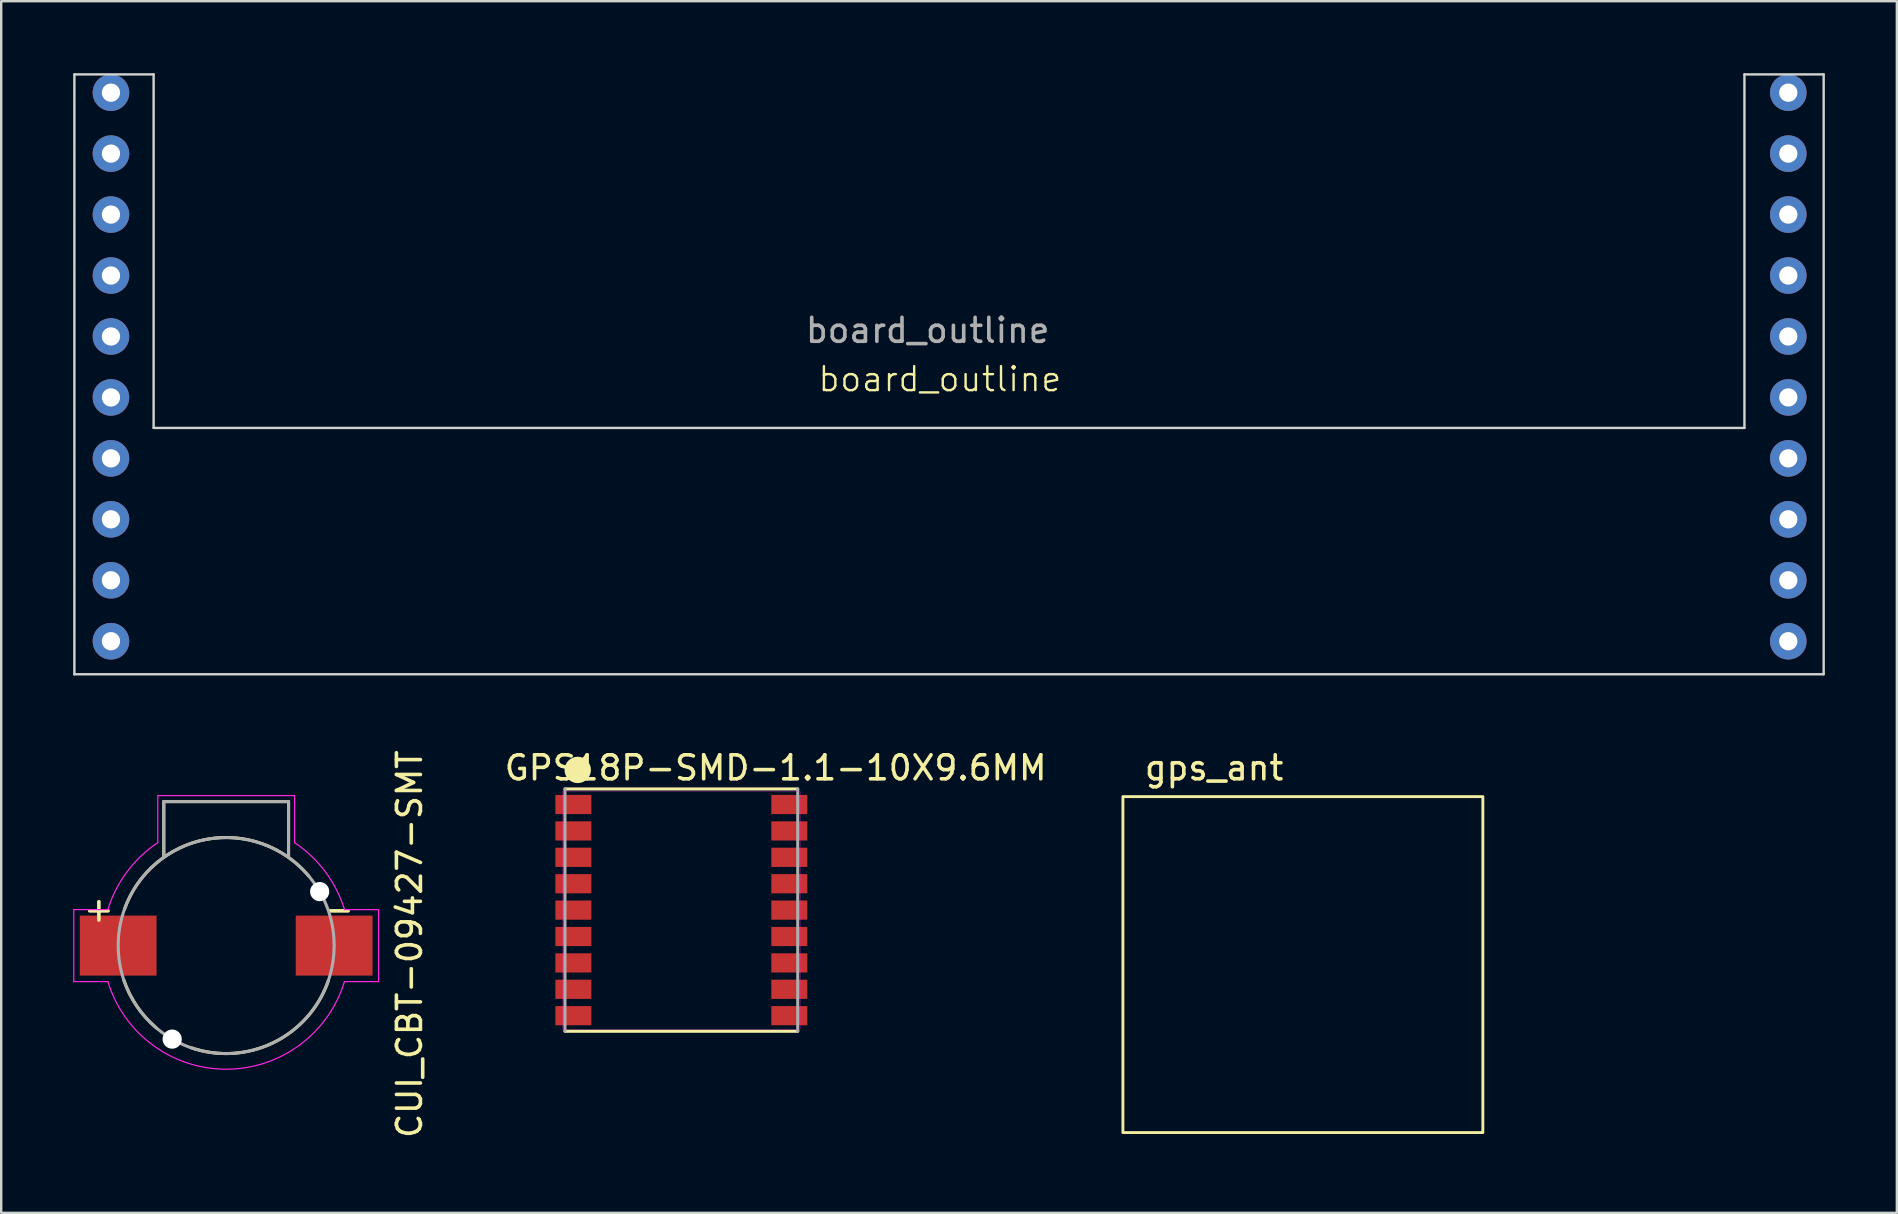
<source format=kicad_pcb>
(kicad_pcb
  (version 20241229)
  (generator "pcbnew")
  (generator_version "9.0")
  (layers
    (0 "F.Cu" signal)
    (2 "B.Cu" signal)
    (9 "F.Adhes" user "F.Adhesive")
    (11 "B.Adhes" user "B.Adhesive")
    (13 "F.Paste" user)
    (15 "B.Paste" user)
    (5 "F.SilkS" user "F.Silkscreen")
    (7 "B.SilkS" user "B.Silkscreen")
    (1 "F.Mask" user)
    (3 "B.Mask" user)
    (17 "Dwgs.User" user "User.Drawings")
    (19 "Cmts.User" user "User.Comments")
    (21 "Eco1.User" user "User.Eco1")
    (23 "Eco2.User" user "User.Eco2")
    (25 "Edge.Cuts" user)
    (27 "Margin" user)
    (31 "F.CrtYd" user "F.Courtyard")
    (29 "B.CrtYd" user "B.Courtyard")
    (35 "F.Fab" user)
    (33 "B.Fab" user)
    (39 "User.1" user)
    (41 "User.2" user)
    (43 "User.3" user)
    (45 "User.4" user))
  (footprint "board_outline"
    (layer "F.Cu")
    (at 36.118 10.572)
    (property "Reference" "board_outline" (at 0 2.178 0) (unlocked yes) (layer "F.SilkS") (effects (font (size 1 1) (thickness 0.1))))
    (attr through_hole)
    (fp_line (start -36.068 -10.522) (end -36.068 14.478) (stroke (width 0.1) (type default)) (layer "Edge.Cuts"))
    (fp_line (start -36.068 -10.522) (end -32.766 -10.522) (stroke (width 0.1) (type default)) (layer "Edge.Cuts"))
    (fp_line (start -36.068 14.478) (end 36.83 14.478) (stroke (width 0.1) (type default)) (layer "Edge.Cuts"))
    (fp_line (start -32.766 -10.522) (end -32.766 4.21) (stroke (width 0.1) (type default)) (layer "Edge.Cuts"))
    (fp_line (start -32.766 4.21) (end 33.528 4.21) (stroke (width 0.1) (type default)) (layer "Edge.Cuts"))
    (fp_line (start 33.528 -10.522) (end 33.528 4.21) (stroke (width 0.1) (type default)) (layer "Edge.Cuts"))
    (fp_line (start 36.83 -10.522) (end 33.528 -10.522) (stroke (width 0.1) (type default)) (layer "Edge.Cuts"))
    (fp_line (start 36.83 -10.522) (end 36.83 14.478) (stroke (width 0.1) (type default)) (layer "Edge.Cuts"))
    (fp_text user "${REFERENCE}" (at -0.508 0.146 0) (unlocked yes) (layer "F.Fab") (effects (font (size 1 1) (thickness 0.15))))
    (pad "1" thru_hole circle (at -34.544 -9.76) (size 1.524 1.524) (drill 0.762) (layers "*.Cu" "*.Mask"))
    (pad "2" thru_hole circle (at -34.544 -7.22) (size 1.524 1.524) (drill 0.762) (layers "*.Cu" "*.Mask"))
    (pad "3" thru_hole circle (at -34.544 -4.68) (size 1.524 1.524) (drill 0.762) (layers "*.Cu" "*.Mask"))
    (pad "4" thru_hole circle (at -34.544 -2.14) (size 1.524 1.524) (drill 0.762) (layers "*.Cu" "*.Mask"))
    (pad "5" thru_hole circle (at -34.544 0.4) (size 1.524 1.524) (drill 0.762) (layers "*.Cu" "*.Mask"))
    (pad "6" thru_hole circle (at -34.544 2.94) (size 1.524 1.524) (drill 0.762) (layers "*.Cu" "*.Mask"))
    (pad "7" thru_hole circle (at -34.544 5.48) (size 1.524 1.524) (drill 0.762) (layers "*.Cu" "*.Mask"))
    (pad "8" thru_hole circle (at -34.544 8.02) (size 1.524 1.524) (drill 0.762) (layers "*.Cu" "*.Mask"))
    (pad "9" thru_hole circle (at -34.544 10.56) (size 1.524 1.524) (drill 0.762) (layers "*.Cu" "*.Mask"))
    (pad "10" thru_hole circle (at -34.544 13.1) (size 1.524 1.524) (drill 0.762) (layers "*.Cu" "*.Mask"))
    (pad "11" thru_hole circle (at 35.356 -9.76) (size 1.524 1.524) (drill 0.762) (layers "*.Cu" "*.Mask"))
    (pad "12" thru_hole circle (at 35.356 -7.22) (size 1.524 1.524) (drill 0.762) (layers "*.Cu" "*.Mask"))
    (pad "13" thru_hole circle (at 35.356 -4.68) (size 1.524 1.524) (drill 0.762) (layers "*.Cu" "*.Mask"))
    (pad "14" thru_hole circle (at 35.356 -2.14) (size 1.524 1.524) (drill 0.762) (layers "*.Cu" "*.Mask"))
    (pad "15" thru_hole circle (at 35.356 0.4) (size 1.524 1.524) (drill 0.762) (layers "*.Cu" "*.Mask"))
    (pad "16" thru_hole circle (at 35.356 2.94) (size 1.524 1.524) (drill 0.762) (layers "*.Cu" "*.Mask"))
    (pad "17" thru_hole circle (at 35.356 5.48) (size 1.524 1.524) (drill 0.762) (layers "*.Cu" "*.Mask"))
    (pad "18" thru_hole circle (at 35.356 8.02) (size 1.524 1.524) (drill 0.762) (layers "*.Cu" "*.Mask"))
    (pad "19" thru_hole circle (at 35.356 10.56) (size 1.524 1.524) (drill 0.762) (layers "*.Cu" "*.Mask"))
    (pad "20" thru_hole circle (at 35.356 13.1) (size 1.524 1.524) (drill 0.762) (layers "*.Cu" "*.Mask")))
  (footprint "CUI_CBT-09427-SMT"
    (layer "F.Cu")
    (at 6.375 36.356)
    (property "Reference" "CUI_CBT-09427-SMT" (at 7.64 -0.06 90) (unlocked yes) (layer "F.SilkS") (effects (font (size 1 1) (thickness 0.15))))
    (attr through_hole)
    (fp_line (start -2.6 -6) (end -2.6 -3.7) (stroke (width 0.127) (type solid)) (layer "F.SilkS"))
    (fp_line (start -2.6 -6) (end 2.6 -6) (stroke (width 0.127) (type solid)) (layer "F.SilkS"))
    (fp_line (start 2.6 -6) (end 2.6 -3.7) (stroke (width 0.127) (type solid)) (layer "F.SilkS"))
    (fp_arc (start -4.24 -1.51) (mid -0.803283 -4.433209) (end 3.44 -2.9) (stroke (width 0.127) (type solid)) (layer "F.SilkS"))
    (fp_arc (start -2.91 3.43) (mid -3.717533 2.530364) (end -4.26 1.45) (stroke (width 0.127) (type solid)) (layer "F.SilkS"))
    (fp_arc (start 4.26 1.46) (mid 1.967828 4.043793) (end -1.48 4.25) (stroke (width 0.127) (type solid)) (layer "F.SilkS"))
    (fp_line (start -6.35 -1.5) (end -6.35 1.5) (stroke (width 0.05) (type solid)) (layer "F.CrtYd"))
    (fp_line (start -6.35 1.5) (end -4.93 1.5) (stroke (width 0.05) (type solid)) (layer "F.CrtYd"))
    (fp_line (start -4.93 -1.5) (end -6.35 -1.5) (stroke (width 0.05) (type solid)) (layer "F.CrtYd"))
    (fp_line (start -2.85 -6.25) (end 2.85 -6.25) (stroke (width 0.05) (type solid)) (layer "F.CrtYd"))
    (fp_line (start -2.85 -4.29) (end -2.85 -6.25) (stroke (width 0.05) (type solid)) (layer "F.CrtYd"))
    (fp_line (start 2.85 -6.25) (end 2.85 -4.29) (stroke (width 0.05) (type solid)) (layer "F.CrtYd"))
    (fp_line (start 4.93 1.5) (end 6.35 1.5) (stroke (width 0.05) (type solid)) (layer "F.CrtYd"))
    (fp_line (start 6.35 -1.5) (end 4.93 -1.5) (stroke (width 0.05) (type solid)) (layer "F.CrtYd"))
    (fp_line (start 6.35 1.5) (end 6.35 -1.5) (stroke (width 0.05) (type solid)) (layer "F.CrtYd"))
    (fp_arc (start -4.93 -1.5) (mid -4.130959 -3.07464) (end -2.85 -4.29) (stroke (width 0.05) (type solid)) (layer "F.CrtYd"))
    (fp_arc (start 2.85 -4.29) (mid 4.132841 -3.076042) (end 4.93 -1.5) (stroke (width 0.05) (type solid)) (layer "F.CrtYd"))
    (fp_arc (start 4.93 1.5) (mid 0 5.151338) (end -4.93 1.5) (stroke (width 0.05) (type solid)) (layer "F.CrtYd"))
    (fp_line (start -2.6 -6) (end -2.6 -3.7) (stroke (width 0.127) (type solid)) (layer "F.Fab"))
    (fp_line (start -2.6 -6) (end 2.6 -6) (stroke (width 0.127) (type solid)) (layer "F.Fab"))
    (fp_line (start 2.6 -6) (end 2.6 -3.7) (stroke (width 0.127) (type solid)) (layer "F.Fab"))
    (fp_circle (center 0 0) (end 4.5 0) (stroke (width 0.127) (type solid)) (fill no) (layer "F.Fab"))
    (fp_text user "+" (at -5.304 -1.521 0) (layer "F.SilkS") (effects (font (size 1.001 1.001) (thickness 0.15))))
    (fp_text user "-" (at 4.704 -1.522 0) (layer "F.SilkS") (effects (font (size 1.001 1.001) (thickness 0.15))))
    (pad "" np_thru_hole circle (at -2.25 3.897) (size 0.8 0.8) (drill 0.8) (layers "*.Cu" "*.Mask"))
    (pad "" np_thru_hole circle (at 3.897 -2.25) (size 0.8 0.8) (drill 0.8) (layers "*.Cu" "*.Mask"))
    (pad "M" smd rect (at 4.5 0) (size 3.2 2.5) (layers "F.Cu" "F.Mask" "F.Paste"))
    (pad "P" smd rect (at -4.5 0) (size 3.2 2.5) (layers "F.Cu" "F.Mask" "F.Paste")))
  (footprint "GPS18P-SMD-1.1-10X9.6MM"
    (layer "F.Cu")
    (at 25.344 34.877)
    (property "Reference" "GPS18P-SMD-1.1-10X9.6MM" (at 3.93 -5.928 0) (unlocked yes) (layer "F.SilkS") (effects (font (size 1 1) (thickness 0.15))))
    (attr through_hole)
    (fp_line (start -4.85 -5.05) (end 4.85 -5.05) (stroke (width 0.127) (type solid)) (layer "F.SilkS"))
    (fp_line (start 4.85 5.05) (end -4.85 5.05) (stroke (width 0.127) (type solid)) (layer "F.SilkS"))
    (fp_circle (center -4.318 -5.842) (end -3.768 -5.842) (stroke (width 0) (type solid)) (fill yes) (layer "F.SilkS"))
    (fp_poly (pts (xy -4.959 -4.95) (xy 4.95 -4.95) (xy 4.95 4.959) (xy -4.959 4.959)) (stroke (width 0.01) (type solid)) (fill no) (layer "F.CrtYd"))
    (fp_line (start -4.85 5.05) (end -4.85 -5.05) (stroke (width 0.127) (type solid)) (layer "F.Fab"))
    (fp_line (start 4.85 -5.05) (end 4.85 5.05) (stroke (width 0.127) (type solid)) (layer "F.Fab"))
    (pad "1" smd rect (at -4.5 -4.4) (size 1.5 0.8) (layers "F.Cu" "F.Mask" "F.Paste"))
    (pad "2" smd rect (at -4.5 -3.3) (size 1.5 0.8) (layers "F.Cu" "F.Mask" "F.Paste"))
    (pad "3" smd rect (at -4.5 -2.2) (size 1.5 0.8) (layers "F.Cu" "F.Mask" "F.Paste"))
    (pad "4" smd rect (at -4.5 -1.1) (size 1.5 0.8) (layers "F.Cu" "F.Mask" "F.Paste"))
    (pad "5" smd rect (at -4.5 0) (size 1.5 0.8) (layers "F.Cu" "F.Mask" "F.Paste"))
    (pad "6" smd rect (at -4.5 1.1) (size 1.5 0.8) (layers "F.Cu" "F.Mask" "F.Paste"))
    (pad "7" smd rect (at -4.5 2.2) (size 1.5 0.8) (layers "F.Cu" "F.Mask" "F.Paste"))
    (pad "8" smd rect (at -4.5 3.3) (size 1.5 0.8) (layers "F.Cu" "F.Mask" "F.Paste"))
    (pad "9" smd rect (at -4.5 4.4) (size 1.5 0.8) (layers "F.Cu" "F.Mask" "F.Paste"))
    (pad "10" smd rect (at 4.5 4.4) (size 1.5 0.8) (layers "F.Cu" "F.Mask" "F.Paste"))
    (pad "11" smd rect (at 4.5 3.3) (size 1.5 0.8) (layers "F.Cu" "F.Mask" "F.Paste"))
    (pad "12" smd rect (at 4.5 2.2) (size 1.5 0.8) (layers "F.Cu" "F.Mask" "F.Paste"))
    (pad "13" smd rect (at 4.5 1.1) (size 1.5 0.8) (layers "F.Cu" "F.Mask" "F.Paste"))
    (pad "14" smd rect (at 4.5 0) (size 1.5 0.8) (layers "F.Cu" "F.Mask" "F.Paste"))
    (pad "15" smd rect (at 4.5 -1.1) (size 1.5 0.8) (layers "F.Cu" "F.Mask" "F.Paste"))
    (pad "16" smd rect (at 4.5 -2.2) (size 1.5 0.8) (layers "F.Cu" "F.Mask" "F.Paste"))
    (pad "17" smd rect (at 4.5 -3.3) (size 1.5 0.8) (layers "F.Cu" "F.Mask" "F.Paste"))
    (pad "18" smd rect (at 4.5 -4.4) (size 1.5 0.8) (layers "F.Cu" "F.Mask" "F.Paste")))
  (footprint "gps_ant"
    (layer "F.Cu")
    (at 51.345 37.148)
    (property "Reference" "gps_ant" (at -3.8 -8.2 0) (unlocked yes) (layer "F.SilkS") (effects (font (size 1 1) (thickness 0.15))))
    (attr smd)
    (fp_rect (start -7.6 -7) (end 7.4 7) (stroke (width 0.12) (type default)) (fill no) (layer "F.SilkS")))
  (gr_rect
    (start -3 -3)
    (end 75.998 47.493)
    (stroke (width 0.1) (type default))
    (fill no)
    (layer "Edge.Cuts")))
</source>
